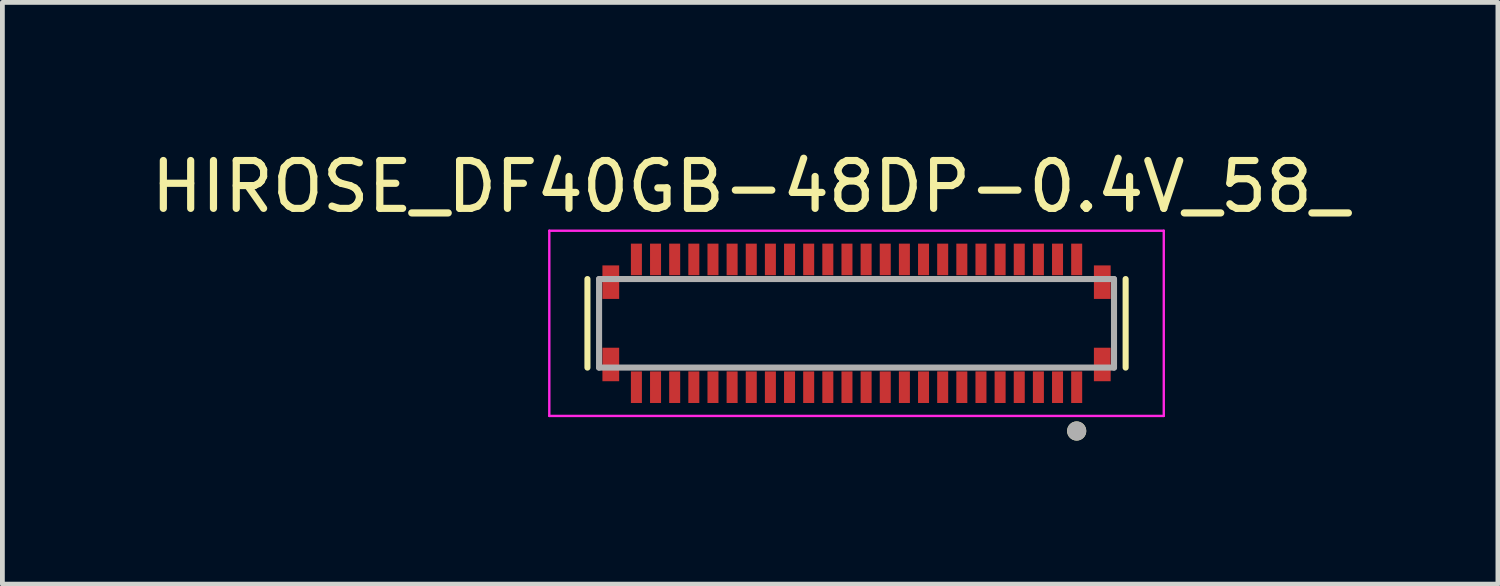
<source format=kicad_pcb>
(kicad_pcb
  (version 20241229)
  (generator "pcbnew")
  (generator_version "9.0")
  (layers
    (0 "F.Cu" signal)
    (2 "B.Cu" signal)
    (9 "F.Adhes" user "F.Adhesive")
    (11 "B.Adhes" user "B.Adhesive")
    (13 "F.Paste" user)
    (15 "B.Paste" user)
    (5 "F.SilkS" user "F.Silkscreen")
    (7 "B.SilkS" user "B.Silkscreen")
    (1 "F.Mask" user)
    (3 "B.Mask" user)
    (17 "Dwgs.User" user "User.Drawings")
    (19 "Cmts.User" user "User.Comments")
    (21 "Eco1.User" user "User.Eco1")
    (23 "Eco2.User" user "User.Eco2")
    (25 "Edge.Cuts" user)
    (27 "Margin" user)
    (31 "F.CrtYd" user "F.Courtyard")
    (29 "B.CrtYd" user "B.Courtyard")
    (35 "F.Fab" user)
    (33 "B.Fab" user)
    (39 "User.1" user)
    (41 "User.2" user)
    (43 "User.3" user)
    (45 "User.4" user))
  (footprint "HIROSE_DF40GB-48DP-0.4V_58_"
    (layer "F.Cu")
    (at 14.848 3.706)
    (property "Reference" "HIROSE_DF40GB-48DP-0.4V_58_" (at -2.223 -2.857 0) (layer "F.SilkS") (effects (font (size 1 1) (thickness 0.15))))
    (attr smd)
    (fp_poly (pts (xy -5.36 -1.26) (xy -4.91 -1.26) (xy -4.91 -0.46) (xy -5.36 -0.46)) (stroke (width 0.01) (type solid)) (fill yes) (layer "F.Mask"))
    (fp_poly (pts (xy -5.36 0.46) (xy -4.91 0.46) (xy -4.91 1.26) (xy -5.36 1.26)) (stroke (width 0.01) (type solid)) (fill yes) (layer "F.Mask"))
    (fp_poly (pts (xy -4.765 -1.715) (xy -4.435 -1.715) (xy -4.435 -0.955) (xy -4.765 -0.955)) (stroke (width 0.01) (type solid)) (fill yes) (layer "F.Mask"))
    (fp_poly (pts (xy -4.765 0.955) (xy -4.435 0.955) (xy -4.435 1.715) (xy -4.765 1.715)) (stroke (width 0.01) (type solid)) (fill yes) (layer "F.Mask"))
    (fp_poly (pts (xy -4.365 -1.715) (xy -4.035 -1.715) (xy -4.035 -0.955) (xy -4.365 -0.955)) (stroke (width 0.01) (type solid)) (fill yes) (layer "F.Mask"))
    (fp_poly (pts (xy -4.365 0.955) (xy -4.035 0.955) (xy -4.035 1.715) (xy -4.365 1.715)) (stroke (width 0.01) (type solid)) (fill yes) (layer "F.Mask"))
    (fp_poly (pts (xy -3.965 -1.715) (xy -3.635 -1.715) (xy -3.635 -0.955) (xy -3.965 -0.955)) (stroke (width 0.01) (type solid)) (fill yes) (layer "F.Mask"))
    (fp_poly (pts (xy -3.965 0.955) (xy -3.635 0.955) (xy -3.635 1.715) (xy -3.965 1.715)) (stroke (width 0.01) (type solid)) (fill yes) (layer "F.Mask"))
    (fp_poly (pts (xy -3.565 -1.715) (xy -3.235 -1.715) (xy -3.235 -0.955) (xy -3.565 -0.955)) (stroke (width 0.01) (type solid)) (fill yes) (layer "F.Mask"))
    (fp_poly (pts (xy -3.565 0.955) (xy -3.235 0.955) (xy -3.235 1.715) (xy -3.565 1.715)) (stroke (width 0.01) (type solid)) (fill yes) (layer "F.Mask"))
    (fp_poly (pts (xy -3.165 -1.715) (xy -2.835 -1.715) (xy -2.835 -0.955) (xy -3.165 -0.955)) (stroke (width 0.01) (type solid)) (fill yes) (layer "F.Mask"))
    (fp_poly (pts (xy -3.165 0.955) (xy -2.835 0.955) (xy -2.835 1.715) (xy -3.165 1.715)) (stroke (width 0.01) (type solid)) (fill yes) (layer "F.Mask"))
    (fp_poly (pts (xy -2.765 -1.715) (xy -2.435 -1.715) (xy -2.435 -0.955) (xy -2.765 -0.955)) (stroke (width 0.01) (type solid)) (fill yes) (layer "F.Mask"))
    (fp_poly (pts (xy -2.765 0.955) (xy -2.435 0.955) (xy -2.435 1.715) (xy -2.765 1.715)) (stroke (width 0.01) (type solid)) (fill yes) (layer "F.Mask"))
    (fp_poly (pts (xy -2.365 -1.715) (xy -2.035 -1.715) (xy -2.035 -0.955) (xy -2.365 -0.955)) (stroke (width 0.01) (type solid)) (fill yes) (layer "F.Mask"))
    (fp_poly (pts (xy -2.365 0.955) (xy -2.035 0.955) (xy -2.035 1.715) (xy -2.365 1.715)) (stroke (width 0.01) (type solid)) (fill yes) (layer "F.Mask"))
    (fp_poly (pts (xy -1.965 -1.715) (xy -1.635 -1.715) (xy -1.635 -0.955) (xy -1.965 -0.955)) (stroke (width 0.01) (type solid)) (fill yes) (layer "F.Mask"))
    (fp_poly (pts (xy -1.965 0.955) (xy -1.635 0.955) (xy -1.635 1.715) (xy -1.965 1.715)) (stroke (width 0.01) (type solid)) (fill yes) (layer "F.Mask"))
    (fp_poly (pts (xy -1.565 -1.715) (xy -1.235 -1.715) (xy -1.235 -0.955) (xy -1.565 -0.955)) (stroke (width 0.01) (type solid)) (fill yes) (layer "F.Mask"))
    (fp_poly (pts (xy -1.565 0.955) (xy -1.235 0.955) (xy -1.235 1.715) (xy -1.565 1.715)) (stroke (width 0.01) (type solid)) (fill yes) (layer "F.Mask"))
    (fp_poly (pts (xy -1.165 -1.715) (xy -0.835 -1.715) (xy -0.835 -0.955) (xy -1.165 -0.955)) (stroke (width 0.01) (type solid)) (fill yes) (layer "F.Mask"))
    (fp_poly (pts (xy -1.165 0.955) (xy -0.835 0.955) (xy -0.835 1.715) (xy -1.165 1.715)) (stroke (width 0.01) (type solid)) (fill yes) (layer "F.Mask"))
    (fp_poly (pts (xy -0.765 -1.715) (xy -0.435 -1.715) (xy -0.435 -0.955) (xy -0.765 -0.955)) (stroke (width 0.01) (type solid)) (fill yes) (layer "F.Mask"))
    (fp_poly (pts (xy -0.765 0.955) (xy -0.435 0.955) (xy -0.435 1.715) (xy -0.765 1.715)) (stroke (width 0.01) (type solid)) (fill yes) (layer "F.Mask"))
    (fp_poly (pts (xy -0.365 -1.715) (xy -0.035 -1.715) (xy -0.035 -0.955) (xy -0.365 -0.955)) (stroke (width 0.01) (type solid)) (fill yes) (layer "F.Mask"))
    (fp_poly (pts (xy -0.365 0.955) (xy -0.035 0.955) (xy -0.035 1.715) (xy -0.365 1.715)) (stroke (width 0.01) (type solid)) (fill yes) (layer "F.Mask"))
    (fp_poly (pts (xy 0.035 -1.715) (xy 0.365 -1.715) (xy 0.365 -0.955) (xy 0.035 -0.955)) (stroke (width 0.01) (type solid)) (fill yes) (layer "F.Mask"))
    (fp_poly (pts (xy 0.035 0.955) (xy 0.365 0.955) (xy 0.365 1.715) (xy 0.035 1.715)) (stroke (width 0.01) (type solid)) (fill yes) (layer "F.Mask"))
    (fp_poly (pts (xy 0.435 -1.715) (xy 0.765 -1.715) (xy 0.765 -0.955) (xy 0.435 -0.955)) (stroke (width 0.01) (type solid)) (fill yes) (layer "F.Mask"))
    (fp_poly (pts (xy 0.435 0.955) (xy 0.765 0.955) (xy 0.765 1.715) (xy 0.435 1.715)) (stroke (width 0.01) (type solid)) (fill yes) (layer "F.Mask"))
    (fp_poly (pts (xy 0.835 -1.715) (xy 1.165 -1.715) (xy 1.165 -0.955) (xy 0.835 -0.955)) (stroke (width 0.01) (type solid)) (fill yes) (layer "F.Mask"))
    (fp_poly (pts (xy 0.835 0.955) (xy 1.165 0.955) (xy 1.165 1.715) (xy 0.835 1.715)) (stroke (width 0.01) (type solid)) (fill yes) (layer "F.Mask"))
    (fp_poly (pts (xy 1.235 -1.715) (xy 1.565 -1.715) (xy 1.565 -0.955) (xy 1.235 -0.955)) (stroke (width 0.01) (type solid)) (fill yes) (layer "F.Mask"))
    (fp_poly (pts (xy 1.235 0.955) (xy 1.565 0.955) (xy 1.565 1.715) (xy 1.235 1.715)) (stroke (width 0.01) (type solid)) (fill yes) (layer "F.Mask"))
    (fp_poly (pts (xy 1.635 -1.715) (xy 1.965 -1.715) (xy 1.965 -0.955) (xy 1.635 -0.955)) (stroke (width 0.01) (type solid)) (fill yes) (layer "F.Mask"))
    (fp_poly (pts (xy 1.635 0.955) (xy 1.965 0.955) (xy 1.965 1.715) (xy 1.635 1.715)) (stroke (width 0.01) (type solid)) (fill yes) (layer "F.Mask"))
    (fp_poly (pts (xy 2.035 -1.715) (xy 2.365 -1.715) (xy 2.365 -0.955) (xy 2.035 -0.955)) (stroke (width 0.01) (type solid)) (fill yes) (layer "F.Mask"))
    (fp_poly (pts (xy 2.035 0.955) (xy 2.365 0.955) (xy 2.365 1.715) (xy 2.035 1.715)) (stroke (width 0.01) (type solid)) (fill yes) (layer "F.Mask"))
    (fp_poly (pts (xy 2.435 -1.715) (xy 2.765 -1.715) (xy 2.765 -0.955) (xy 2.435 -0.955)) (stroke (width 0.01) (type solid)) (fill yes) (layer "F.Mask"))
    (fp_poly (pts (xy 2.435 0.955) (xy 2.765 0.955) (xy 2.765 1.715) (xy 2.435 1.715)) (stroke (width 0.01) (type solid)) (fill yes) (layer "F.Mask"))
    (fp_poly (pts (xy 2.835 -1.715) (xy 3.165 -1.715) (xy 3.165 -0.955) (xy 2.835 -0.955)) (stroke (width 0.01) (type solid)) (fill yes) (layer "F.Mask"))
    (fp_poly (pts (xy 2.835 0.955) (xy 3.165 0.955) (xy 3.165 1.715) (xy 2.835 1.715)) (stroke (width 0.01) (type solid)) (fill yes) (layer "F.Mask"))
    (fp_poly (pts (xy 3.235 -1.715) (xy 3.565 -1.715) (xy 3.565 -0.955) (xy 3.235 -0.955)) (stroke (width 0.01) (type solid)) (fill yes) (layer "F.Mask"))
    (fp_poly (pts (xy 3.235 0.955) (xy 3.565 0.955) (xy 3.565 1.715) (xy 3.235 1.715)) (stroke (width 0.01) (type solid)) (fill yes) (layer "F.Mask"))
    (fp_poly (pts (xy 3.635 -1.715) (xy 3.965 -1.715) (xy 3.965 -0.955) (xy 3.635 -0.955)) (stroke (width 0.01) (type solid)) (fill yes) (layer "F.Mask"))
    (fp_poly (pts (xy 3.635 0.955) (xy 3.965 0.955) (xy 3.965 1.715) (xy 3.635 1.715)) (stroke (width 0.01) (type solid)) (fill yes) (layer "F.Mask"))
    (fp_poly (pts (xy 4.035 -1.715) (xy 4.365 -1.715) (xy 4.365 -0.955) (xy 4.035 -0.955)) (stroke (width 0.01) (type solid)) (fill yes) (layer "F.Mask"))
    (fp_poly (pts (xy 4.035 0.955) (xy 4.365 0.955) (xy 4.365 1.715) (xy 4.035 1.715)) (stroke (width 0.01) (type solid)) (fill yes) (layer "F.Mask"))
    (fp_poly (pts (xy 4.435 -1.715) (xy 4.765 -1.715) (xy 4.765 -0.955) (xy 4.435 -0.955)) (stroke (width 0.01) (type solid)) (fill yes) (layer "F.Mask"))
    (fp_poly (pts (xy 4.435 0.955) (xy 4.765 0.955) (xy 4.765 1.715) (xy 4.435 1.715)) (stroke (width 0.01) (type solid)) (fill yes) (layer "F.Mask"))
    (fp_poly (pts (xy 4.91 -1.26) (xy 5.36 -1.26) (xy 5.36 -0.46) (xy 4.91 -0.46)) (stroke (width 0.01) (type solid)) (fill yes) (layer "F.Mask"))
    (fp_poly (pts (xy 4.91 0.46) (xy 5.36 0.46) (xy 5.36 1.26) (xy 4.91 1.26)) (stroke (width 0.01) (type solid)) (fill yes) (layer "F.Mask"))
    (fp_line (start -5.623 0.925) (end -5.623 -0.925) (stroke (width 0.127) (type solid)) (layer "F.SilkS"))
    (fp_line (start 5.623 -0.925) (end 5.623 0.925) (stroke (width 0.127) (type solid)) (layer "F.SilkS"))
    (fp_circle (center 4.6 2.25) (end 4.7 2.25) (stroke (width 0.2) (type solid)) (fill no) (layer "F.SilkS"))
    (fp_poly (pts (xy -5.292 -1.173) (xy -4.979 -1.173) (xy -4.979 -0.547) (xy -5.292 -0.547)) (stroke (width 0.01) (type solid)) (fill yes) (layer "F.Paste"))
    (fp_poly (pts (xy -5.292 0.547) (xy -4.979 0.547) (xy -4.979 1.173) (xy -5.292 1.173)) (stroke (width 0.01) (type solid)) (fill yes) (layer "F.Paste"))
    (fp_poly (pts (xy -4.7 -1.63) (xy -4.5 -1.63) (xy -4.5 -1.04) (xy -4.7 -1.04)) (stroke (width 0.01) (type solid)) (fill yes) (layer "F.Paste"))
    (fp_poly (pts (xy -4.7 1.04) (xy -4.5 1.04) (xy -4.5 1.63) (xy -4.7 1.63)) (stroke (width 0.01) (type solid)) (fill yes) (layer "F.Paste"))
    (fp_poly (pts (xy -4.3 -1.63) (xy -4.1 -1.63) (xy -4.1 -1.04) (xy -4.3 -1.04)) (stroke (width 0.01) (type solid)) (fill yes) (layer "F.Paste"))
    (fp_poly (pts (xy -4.3 1.04) (xy -4.1 1.04) (xy -4.1 1.63) (xy -4.3 1.63)) (stroke (width 0.01) (type solid)) (fill yes) (layer "F.Paste"))
    (fp_poly (pts (xy -3.9 -1.63) (xy -3.7 -1.63) (xy -3.7 -1.04) (xy -3.9 -1.04)) (stroke (width 0.01) (type solid)) (fill yes) (layer "F.Paste"))
    (fp_poly (pts (xy -3.9 1.04) (xy -3.7 1.04) (xy -3.7 1.63) (xy -3.9 1.63)) (stroke (width 0.01) (type solid)) (fill yes) (layer "F.Paste"))
    (fp_poly (pts (xy -3.5 -1.63) (xy -3.3 -1.63) (xy -3.3 -1.04) (xy -3.5 -1.04)) (stroke (width 0.01) (type solid)) (fill yes) (layer "F.Paste"))
    (fp_poly (pts (xy -3.5 1.04) (xy -3.3 1.04) (xy -3.3 1.63) (xy -3.5 1.63)) (stroke (width 0.01) (type solid)) (fill yes) (layer "F.Paste"))
    (fp_poly (pts (xy -3.1 -1.63) (xy -2.9 -1.63) (xy -2.9 -1.04) (xy -3.1 -1.04)) (stroke (width 0.01) (type solid)) (fill yes) (layer "F.Paste"))
    (fp_poly (pts (xy -3.1 1.04) (xy -2.9 1.04) (xy -2.9 1.63) (xy -3.1 1.63)) (stroke (width 0.01) (type solid)) (fill yes) (layer "F.Paste"))
    (fp_poly (pts (xy -2.7 -1.63) (xy -2.5 -1.63) (xy -2.5 -1.04) (xy -2.7 -1.04)) (stroke (width 0.01) (type solid)) (fill yes) (layer "F.Paste"))
    (fp_poly (pts (xy -2.7 1.04) (xy -2.5 1.04) (xy -2.5 1.63) (xy -2.7 1.63)) (stroke (width 0.01) (type solid)) (fill yes) (layer "F.Paste"))
    (fp_poly (pts (xy -2.3 -1.63) (xy -2.1 -1.63) (xy -2.1 -1.04) (xy -2.3 -1.04)) (stroke (width 0.01) (type solid)) (fill yes) (layer "F.Paste"))
    (fp_poly (pts (xy -2.3 1.04) (xy -2.1 1.04) (xy -2.1 1.63) (xy -2.3 1.63)) (stroke (width 0.01) (type solid)) (fill yes) (layer "F.Paste"))
    (fp_poly (pts (xy -1.9 -1.63) (xy -1.7 -1.63) (xy -1.7 -1.04) (xy -1.9 -1.04)) (stroke (width 0.01) (type solid)) (fill yes) (layer "F.Paste"))
    (fp_poly (pts (xy -1.9 1.04) (xy -1.7 1.04) (xy -1.7 1.63) (xy -1.9 1.63)) (stroke (width 0.01) (type solid)) (fill yes) (layer "F.Paste"))
    (fp_poly (pts (xy -1.5 -1.63) (xy -1.3 -1.63) (xy -1.3 -1.04) (xy -1.5 -1.04)) (stroke (width 0.01) (type solid)) (fill yes) (layer "F.Paste"))
    (fp_poly (pts (xy -1.5 1.04) (xy -1.3 1.04) (xy -1.3 1.63) (xy -1.5 1.63)) (stroke (width 0.01) (type solid)) (fill yes) (layer "F.Paste"))
    (fp_poly (pts (xy -1.1 -1.63) (xy -0.9 -1.63) (xy -0.9 -1.04) (xy -1.1 -1.04)) (stroke (width 0.01) (type solid)) (fill yes) (layer "F.Paste"))
    (fp_poly (pts (xy -1.1 1.04) (xy -0.9 1.04) (xy -0.9 1.63) (xy -1.1 1.63)) (stroke (width 0.01) (type solid)) (fill yes) (layer "F.Paste"))
    (fp_poly (pts (xy -0.7 -1.63) (xy -0.5 -1.63) (xy -0.5 -1.04) (xy -0.7 -1.04)) (stroke (width 0.01) (type solid)) (fill yes) (layer "F.Paste"))
    (fp_poly (pts (xy -0.7 1.04) (xy -0.5 1.04) (xy -0.5 1.63) (xy -0.7 1.63)) (stroke (width 0.01) (type solid)) (fill yes) (layer "F.Paste"))
    (fp_poly (pts (xy -0.3 -1.63) (xy -0.1 -1.63) (xy -0.1 -1.04) (xy -0.3 -1.04)) (stroke (width 0.01) (type solid)) (fill yes) (layer "F.Paste"))
    (fp_poly (pts (xy -0.3 1.04) (xy -0.1 1.04) (xy -0.1 1.63) (xy -0.3 1.63)) (stroke (width 0.01) (type solid)) (fill yes) (layer "F.Paste"))
    (fp_poly (pts (xy 0.1 -1.63) (xy 0.3 -1.63) (xy 0.3 -1.04) (xy 0.1 -1.04)) (stroke (width 0.01) (type solid)) (fill yes) (layer "F.Paste"))
    (fp_poly (pts (xy 0.1 1.04) (xy 0.3 1.04) (xy 0.3 1.63) (xy 0.1 1.63)) (stroke (width 0.01) (type solid)) (fill yes) (layer "F.Paste"))
    (fp_poly (pts (xy 0.5 -1.63) (xy 0.7 -1.63) (xy 0.7 -1.04) (xy 0.5 -1.04)) (stroke (width 0.01) (type solid)) (fill yes) (layer "F.Paste"))
    (fp_poly (pts (xy 0.5 1.04) (xy 0.7 1.04) (xy 0.7 1.63) (xy 0.5 1.63)) (stroke (width 0.01) (type solid)) (fill yes) (layer "F.Paste"))
    (fp_poly (pts (xy 0.9 -1.63) (xy 1.1 -1.63) (xy 1.1 -1.04) (xy 0.9 -1.04)) (stroke (width 0.01) (type solid)) (fill yes) (layer "F.Paste"))
    (fp_poly (pts (xy 0.9 1.04) (xy 1.1 1.04) (xy 1.1 1.63) (xy 0.9 1.63)) (stroke (width 0.01) (type solid)) (fill yes) (layer "F.Paste"))
    (fp_poly (pts (xy 1.3 -1.63) (xy 1.5 -1.63) (xy 1.5 -1.04) (xy 1.3 -1.04)) (stroke (width 0.01) (type solid)) (fill yes) (layer "F.Paste"))
    (fp_poly (pts (xy 1.3 1.04) (xy 1.5 1.04) (xy 1.5 1.63) (xy 1.3 1.63)) (stroke (width 0.01) (type solid)) (fill yes) (layer "F.Paste"))
    (fp_poly (pts (xy 1.7 -1.63) (xy 1.9 -1.63) (xy 1.9 -1.04) (xy 1.7 -1.04)) (stroke (width 0.01) (type solid)) (fill yes) (layer "F.Paste"))
    (fp_poly (pts (xy 1.7 1.04) (xy 1.9 1.04) (xy 1.9 1.63) (xy 1.7 1.63)) (stroke (width 0.01) (type solid)) (fill yes) (layer "F.Paste"))
    (fp_poly (pts (xy 2.1 -1.63) (xy 2.3 -1.63) (xy 2.3 -1.04) (xy 2.1 -1.04)) (stroke (width 0.01) (type solid)) (fill yes) (layer "F.Paste"))
    (fp_poly (pts (xy 2.1 1.04) (xy 2.3 1.04) (xy 2.3 1.63) (xy 2.1 1.63)) (stroke (width 0.01) (type solid)) (fill yes) (layer "F.Paste"))
    (fp_poly (pts (xy 2.5 -1.63) (xy 2.7 -1.63) (xy 2.7 -1.04) (xy 2.5 -1.04)) (stroke (width 0.01) (type solid)) (fill yes) (layer "F.Paste"))
    (fp_poly (pts (xy 2.5 1.04) (xy 2.7 1.04) (xy 2.7 1.63) (xy 2.5 1.63)) (stroke (width 0.01) (type solid)) (fill yes) (layer "F.Paste"))
    (fp_poly (pts (xy 2.9 -1.63) (xy 3.1 -1.63) (xy 3.1 -1.04) (xy 2.9 -1.04)) (stroke (width 0.01) (type solid)) (fill yes) (layer "F.Paste"))
    (fp_poly (pts (xy 2.9 1.04) (xy 3.1 1.04) (xy 3.1 1.63) (xy 2.9 1.63)) (stroke (width 0.01) (type solid)) (fill yes) (layer "F.Paste"))
    (fp_poly (pts (xy 3.3 -1.63) (xy 3.5 -1.63) (xy 3.5 -1.04) (xy 3.3 -1.04)) (stroke (width 0.01) (type solid)) (fill yes) (layer "F.Paste"))
    (fp_poly (pts (xy 3.3 1.04) (xy 3.5 1.04) (xy 3.5 1.63) (xy 3.3 1.63)) (stroke (width 0.01) (type solid)) (fill yes) (layer "F.Paste"))
    (fp_poly (pts (xy 3.7 -1.63) (xy 3.9 -1.63) (xy 3.9 -1.04) (xy 3.7 -1.04)) (stroke (width 0.01) (type solid)) (fill yes) (layer "F.Paste"))
    (fp_poly (pts (xy 3.7 1.04) (xy 3.9 1.04) (xy 3.9 1.63) (xy 3.7 1.63)) (stroke (width 0.01) (type solid)) (fill yes) (layer "F.Paste"))
    (fp_poly (pts (xy 4.1 -1.63) (xy 4.3 -1.63) (xy 4.3 -1.04) (xy 4.1 -1.04)) (stroke (width 0.01) (type solid)) (fill yes) (layer "F.Paste"))
    (fp_poly (pts (xy 4.1 1.04) (xy 4.3 1.04) (xy 4.3 1.63) (xy 4.1 1.63)) (stroke (width 0.01) (type solid)) (fill yes) (layer "F.Paste"))
    (fp_poly (pts (xy 4.5 -1.63) (xy 4.7 -1.63) (xy 4.7 -1.04) (xy 4.5 -1.04)) (stroke (width 0.01) (type solid)) (fill yes) (layer "F.Paste"))
    (fp_poly (pts (xy 4.5 1.04) (xy 4.7 1.04) (xy 4.7 1.63) (xy 4.5 1.63)) (stroke (width 0.01) (type solid)) (fill yes) (layer "F.Paste"))
    (fp_poly (pts (xy 4.979 -1.173) (xy 5.292 -1.173) (xy 5.292 -0.547) (xy 4.979 -0.547)) (stroke (width 0.01) (type solid)) (fill yes) (layer "F.Paste"))
    (fp_poly (pts (xy 4.979 0.547) (xy 5.292 0.547) (xy 5.292 1.173) (xy 4.979 1.173)) (stroke (width 0.01) (type solid)) (fill yes) (layer "F.Paste"))
    (fp_line (start -6.42 -1.935) (end 6.42 -1.935) (stroke (width 0.05) (type solid)) (layer "F.CrtYd"))
    (fp_line (start -6.42 1.935) (end -6.42 -1.935) (stroke (width 0.05) (type solid)) (layer "F.CrtYd"))
    (fp_line (start 6.42 -1.935) (end 6.42 1.935) (stroke (width 0.05) (type solid)) (layer "F.CrtYd"))
    (fp_line (start 6.42 1.935) (end -6.42 1.935) (stroke (width 0.05) (type solid)) (layer "F.CrtYd"))
    (fp_line (start -5.38 -0.925) (end 5.38 -0.925) (stroke (width 0.127) (type solid)) (layer "F.Fab"))
    (fp_line (start -5.38 0.925) (end -5.38 -0.925) (stroke (width 0.127) (type solid)) (layer "F.Fab"))
    (fp_line (start 5.38 -0.925) (end 5.38 0.925) (stroke (width 0.127) (type solid)) (layer "F.Fab"))
    (fp_line (start 5.38 0.925) (end -5.38 0.925) (stroke (width 0.127) (type solid)) (layer "F.Fab"))
    (fp_circle (center 4.6 2.25) (end 4.7 2.25) (stroke (width 0.2) (type solid)) (fill no) (layer "F.Fab"))
    (pad "1" smd rect (at 4.6 1.335) (size 0.23 0.66) (layers "F.Cu"))
    (pad "2" smd rect (at 4.6 -1.335) (size 0.23 0.66) (layers "F.Cu"))
    (pad "3" smd rect (at 4.2 1.335) (size 0.23 0.66) (layers "F.Cu"))
    (pad "4" smd rect (at 4.2 -1.335) (size 0.23 0.66) (layers "F.Cu"))
    (pad "5" smd rect (at 3.8 1.335) (size 0.23 0.66) (layers "F.Cu"))
    (pad "6" smd rect (at 3.8 -1.335) (size 0.23 0.66) (layers "F.Cu"))
    (pad "7" smd rect (at 3.4 1.335) (size 0.23 0.66) (layers "F.Cu"))
    (pad "8" smd rect (at 3.4 -1.335) (size 0.23 0.66) (layers "F.Cu"))
    (pad "9" smd rect (at 3 1.335) (size 0.23 0.66) (layers "F.Cu"))
    (pad "10" smd rect (at 3 -1.335) (size 0.23 0.66) (layers "F.Cu"))
    (pad "11" smd rect (at 2.6 1.335) (size 0.23 0.66) (layers "F.Cu"))
    (pad "12" smd rect (at 2.6 -1.335) (size 0.23 0.66) (layers "F.Cu"))
    (pad "13" smd rect (at 2.2 1.335) (size 0.23 0.66) (layers "F.Cu"))
    (pad "14" smd rect (at 2.2 -1.335) (size 0.23 0.66) (layers "F.Cu"))
    (pad "15" smd rect (at 1.8 1.335) (size 0.23 0.66) (layers "F.Cu"))
    (pad "16" smd rect (at 1.8 -1.335) (size 0.23 0.66) (layers "F.Cu"))
    (pad "17" smd rect (at 1.4 1.335) (size 0.23 0.66) (layers "F.Cu"))
    (pad "18" smd rect (at 1.4 -1.335) (size 0.23 0.66) (layers "F.Cu"))
    (pad "19" smd rect (at 1 1.335) (size 0.23 0.66) (layers "F.Cu"))
    (pad "20" smd rect (at 1 -1.335) (size 0.23 0.66) (layers "F.Cu"))
    (pad "21" smd rect (at 0.6 1.335) (size 0.23 0.66) (layers "F.Cu"))
    (pad "22" smd rect (at 0.6 -1.335) (size 0.23 0.66) (layers "F.Cu"))
    (pad "23" smd rect (at 0.2 1.335) (size 0.23 0.66) (layers "F.Cu"))
    (pad "24" smd rect (at 0.2 -1.335) (size 0.23 0.66) (layers "F.Cu"))
    (pad "25" smd rect (at -0.2 1.335) (size 0.23 0.66) (layers "F.Cu"))
    (pad "26" smd rect (at -0.2 -1.335) (size 0.23 0.66) (layers "F.Cu"))
    (pad "27" smd rect (at -0.6 1.335) (size 0.23 0.66) (layers "F.Cu"))
    (pad "28" smd rect (at -0.6 -1.335) (size 0.23 0.66) (layers "F.Cu"))
    (pad "29" smd rect (at -1 1.335) (size 0.23 0.66) (layers "F.Cu"))
    (pad "30" smd rect (at -1 -1.335) (size 0.23 0.66) (layers "F.Cu"))
    (pad "31" smd rect (at -1.4 1.335) (size 0.23 0.66) (layers "F.Cu"))
    (pad "32" smd rect (at -1.4 -1.335) (size 0.23 0.66) (layers "F.Cu"))
    (pad "33" smd rect (at -1.8 1.335) (size 0.23 0.66) (layers "F.Cu"))
    (pad "34" smd rect (at -1.8 -1.335) (size 0.23 0.66) (layers "F.Cu"))
    (pad "35" smd rect (at -2.2 1.335) (size 0.23 0.66) (layers "F.Cu"))
    (pad "36" smd rect (at -2.2 -1.335) (size 0.23 0.66) (layers "F.Cu"))
    (pad "37" smd rect (at -2.6 1.335) (size 0.23 0.66) (layers "F.Cu"))
    (pad "38" smd rect (at -2.6 -1.335) (size 0.23 0.66) (layers "F.Cu"))
    (pad "39" smd rect (at -3 1.335) (size 0.23 0.66) (layers "F.Cu"))
    (pad "40" smd rect (at -3 -1.335) (size 0.23 0.66) (layers "F.Cu"))
    (pad "41" smd rect (at -3.4 1.335) (size 0.23 0.66) (layers "F.Cu"))
    (pad "42" smd rect (at -3.4 -1.335) (size 0.23 0.66) (layers "F.Cu"))
    (pad "43" smd rect (at -3.8 1.335) (size 0.23 0.66) (layers "F.Cu"))
    (pad "44" smd rect (at -3.8 -1.335) (size 0.23 0.66) (layers "F.Cu"))
    (pad "45" smd rect (at -4.2 1.335) (size 0.23 0.66) (layers "F.Cu"))
    (pad "46" smd rect (at -4.2 -1.335) (size 0.23 0.66) (layers "F.Cu"))
    (pad "47" smd rect (at -4.6 1.335) (size 0.23 0.66) (layers "F.Cu"))
    (pad "48" smd rect (at -4.6 -1.335) (size 0.23 0.66) (layers "F.Cu"))
    (pad "SH1" smd rect (at -5.135 0.86) (size 0.35 0.7) (layers "F.Cu"))
    (pad "SH2" smd rect (at -5.135 -0.86) (size 0.35 0.7) (layers "F.Cu"))
    (pad "SH3" smd rect (at 5.135 0.86) (size 0.35 0.7) (layers "F.Cu"))
    (pad "SH4" smd rect (at 5.135 -0.86) (size 0.35 0.7) (layers "F.Cu"))
    (zone (net_name "") (layer "F.Cu") (hatch full 0.508) (connect_pads) (min_thickness 0.01) (filled_areas_thickness no) (keepout (tracks not_allowed) (vias not_allowed) (pads not_allowed) (copperpour not_allowed) (footprints allowed)) (placement (enabled no)) (fill) (polygon (pts (xy 8.678 2.046) (xy 8.678 5.366) (xy 9.988 5.366) (xy 9.988 4.646) (xy 9.887 4.646) (xy 9.887 4.916) (xy 9.537 4.916) (xy 9.537 4.646) (xy 9.387 4.646) (xy 9.387 2.766) (xy 9.537 2.766) (xy 9.537 2.496) (xy 9.887 2.496) (xy 9.887 2.766) (xy 9.988 2.766) (xy 9.988 2.046))))
    (zone (net_name "") (layer "F.Cu") (hatch full 0.508) (connect_pads) (min_thickness 0.01) (filled_areas_thickness no) (keepout (tracks not_allowed) (vias not_allowed) (pads not_allowed) (copperpour not_allowed) (footprints allowed)) (placement (enabled no)) (fill) (polygon (pts (xy 21.017 5.366) (xy 21.017 2.046) (xy 19.707 2.046) (xy 19.707 2.766) (xy 19.808 2.766) (xy 19.808 2.496) (xy 20.157 2.496) (xy 20.157 2.766) (xy 20.308 2.766) (xy 20.308 4.646) (xy 20.157 4.646) (xy 20.157 4.916) (xy 19.808 4.916) (xy 19.808 4.646) (xy 19.707 4.646) (xy 19.707 5.366))))
    (zone (net_name "") (layers "F.Cu" "B.Cu") (hatch full 0.508) (connect_pads) (min_thickness 0.01) (filled_areas_thickness no) (keepout (tracks allowed) (vias not_allowed) (pads allowed) (copperpour allowed) (footprints allowed)) (placement (enabled no)) (fill) (polygon (pts (xy 8.678 2.046) (xy 8.678 5.366) (xy 9.988 5.366) (xy 9.988 4.646) (xy 9.887 4.646) (xy 9.887 4.916) (xy 9.537 4.916) (xy 9.537 4.646) (xy 9.387 4.646) (xy 9.387 2.766) (xy 9.537 2.766) (xy 9.537 2.496) (xy 9.887 2.496) (xy 9.887 2.766) (xy 9.988 2.766) (xy 9.988 2.046))))
    (zone (net_name "") (layers "F.Cu" "B.Cu") (hatch full 0.508) (connect_pads) (min_thickness 0.01) (filled_areas_thickness no) (keepout (tracks allowed) (vias not_allowed) (pads allowed) (copperpour allowed) (footprints allowed)) (placement (enabled no)) (fill) (polygon (pts (xy 21.017 5.366) (xy 21.017 2.046) (xy 19.707 2.046) (xy 19.707 2.766) (xy 19.808 2.766) (xy 19.808 2.496) (xy 20.157 2.496) (xy 20.157 2.766) (xy 20.308 2.766) (xy 20.308 4.646) (xy 20.157 4.646) (xy 20.157 4.916) (xy 19.808 4.916) (xy 19.808 4.646) (xy 19.707 4.646) (xy 19.707 5.366)))))
  (gr_rect
    (start -3 -3)
    (end 28.25 9.156)
    (stroke (width 0.1) (type default))
    (fill no)
    (layer "Edge.Cuts")))
</source>
